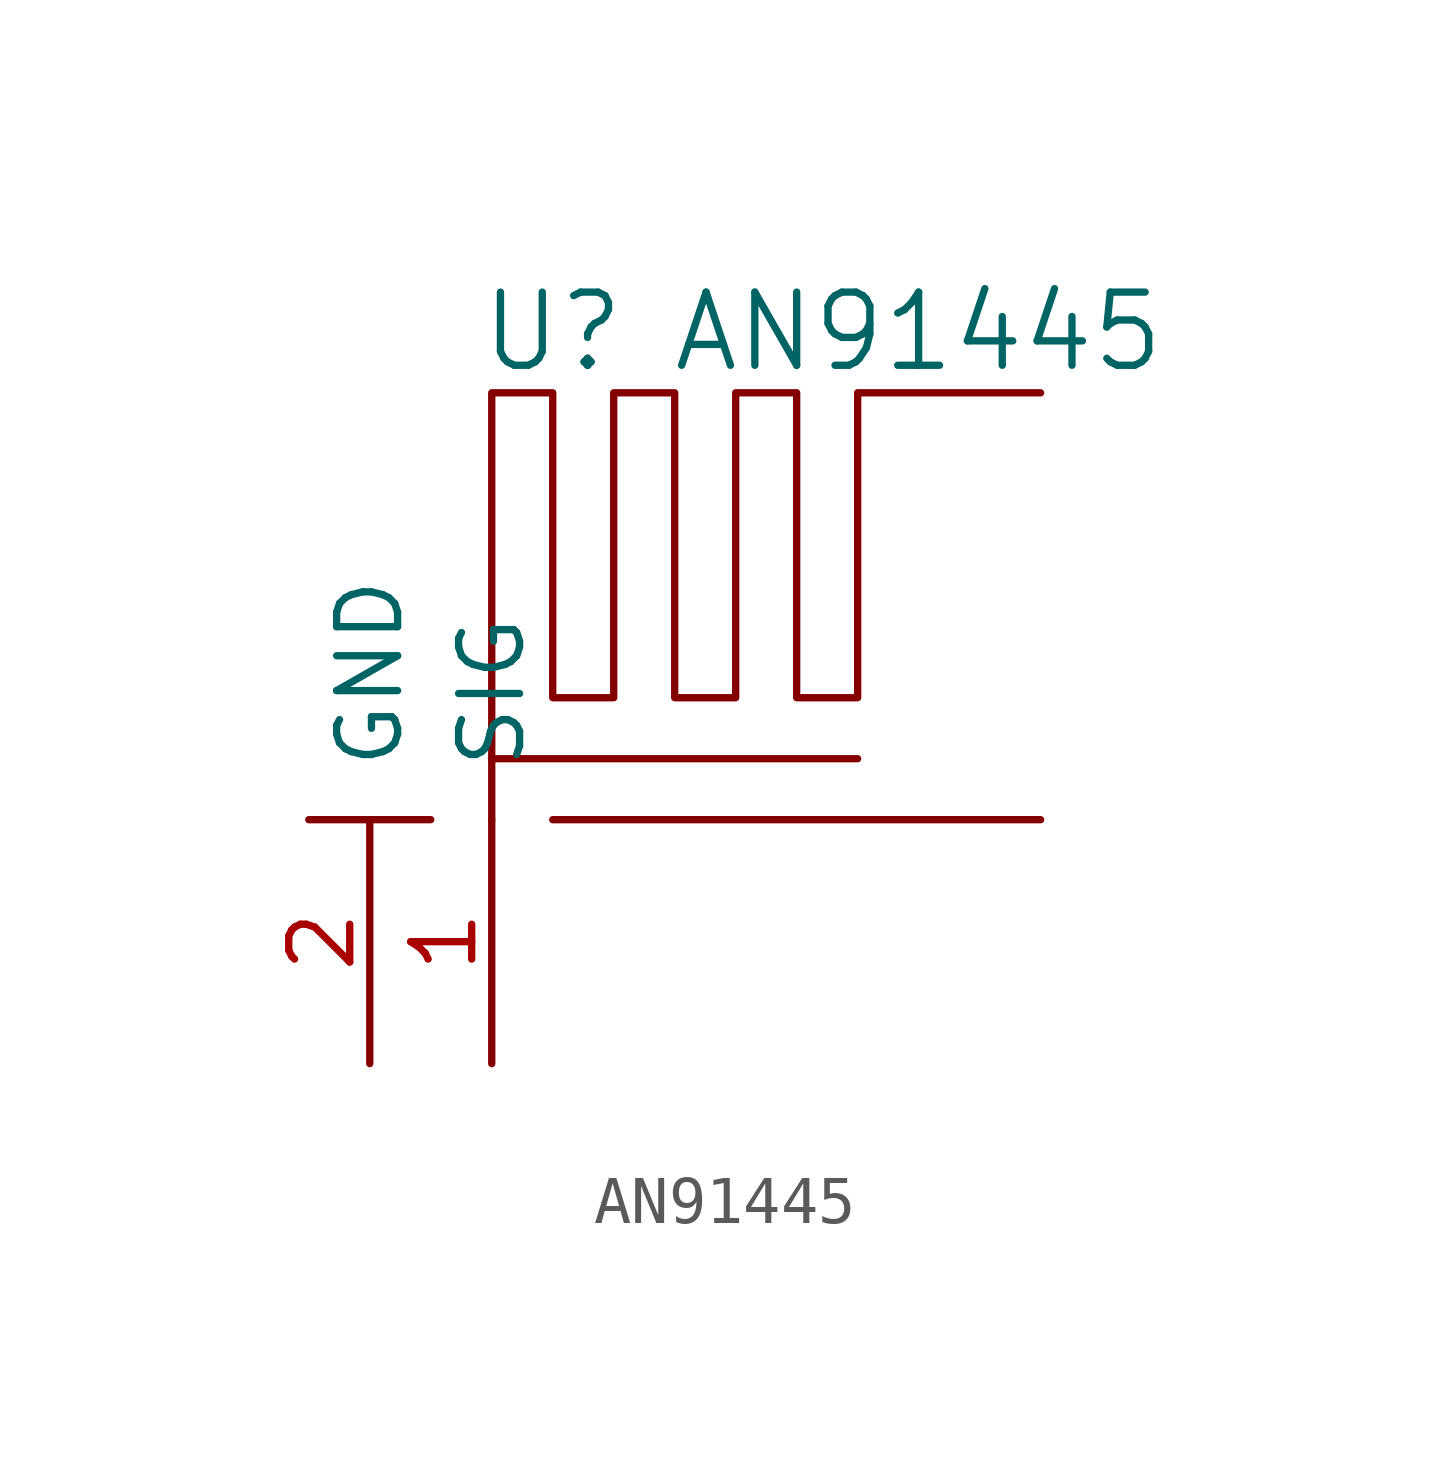
<source format=kicad_sym>
(kicad_symbol_lib
  (version 20211014)
  (generator kicad_symbol_editor)
  (symbol "AN91445"
    (pin_names
      (offset 1.016))
    (property "Reference" "U"
      (at 1.27 8.89 0)
      (effects (font (size 1.524 1.524))))
    (property "Value" "AN91445"
      (at 8.89 8.89 0)
      (effects (font (size 1.524 1.524))))
    (symbol "AN91445_0_1"
      (polyline (pts (xy -1.27 -1.27) (xy -3.81 -1.27)) (stroke (width 0) (type default) (color 0 0 0 0)) (fill (type none)))
      (polyline (pts (xy 0 0) (xy 0 -1.27)) (stroke (width 0) (type default) (color 0 0 0 0)) (fill (type none)))
      (polyline (pts (xy 0 0) (xy 7.62 0)) (stroke (width 0) (type default) (color 0 0 0 0)) (fill (type none)))
      (polyline (pts (xy 1.27 -1.27) (xy 11.43 -1.27)) (stroke (width 0) (type default) (color 0 0 0 0)) (fill (type none)))
      (polyline (pts (xy 0 0) (xy 0 7.62) (xy 1.27 7.62) (xy 1.27 1.27) (xy 2.54 1.27) (xy 2.54 7.62) (xy 3.81 7.62) (xy 3.81 1.27) (xy 5.08 1.27) (xy 5.08 7.62) (xy 6.35 7.62) (xy 6.35 1.27) (xy 7.62 1.27) (xy 7.62 7.62) (xy 11.43 7.62)) (stroke (width 0) (type default) (color 0 0 0 0)) (fill (type none))))
    (symbol "AN91445_1_1"
      (pin input line (at 0 -6.35 90) (length 5.08) (name "SIG" (effects (font (size 1.27 1.27)))) (number "1" (effects (font (size 1.27 1.27)))))
      (pin input line (at -2.54 -6.35 90) (length 5.08) (name "GND" (effects (font (size 1.27 1.27)))) (number "2" (effects (font (size 1.27 1.27))))))))
</source>
